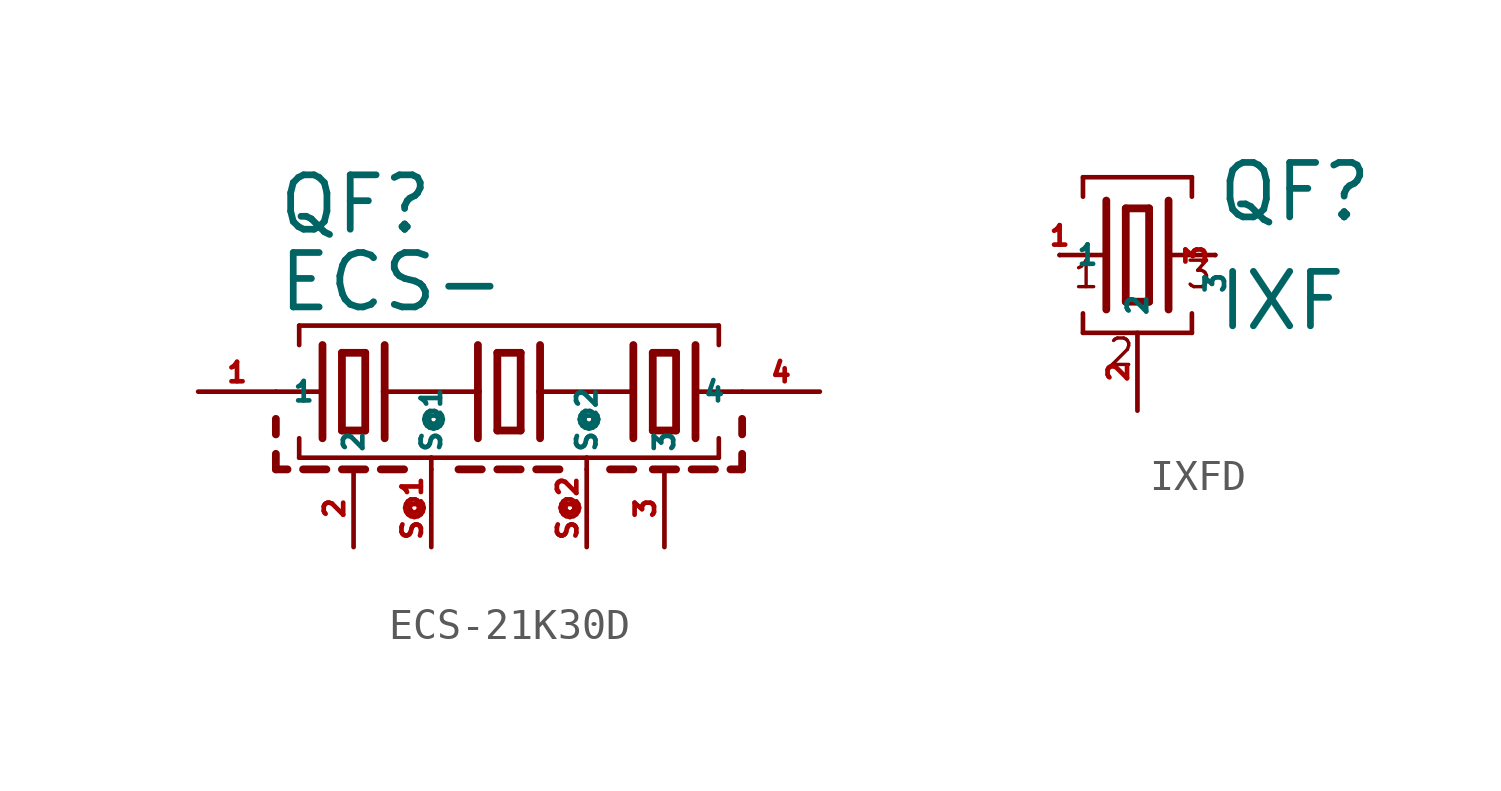
<source format=kicad_sym>
(kicad_symbol_lib
  (version 20220914)
  (generator Eagle2Kicad)
  (symbol "ECS-21K30D"
    (property "Reference" "QF"
      (at -7.62 5.08 0)
      (effects (font (size 1.778 1.778) (thickness 0.22)) (justify left bottom)))
    (property "Value" "ECS-"
      (at -7.62 2.54 0)
      (effects (font (size 1.778 1.778) (thickness 0.22)) (justify left bottom)))
    (polyline
      (pts (xy 6.096 0) (xy 7.62 0))
      (stroke (width 0.152) (type default))
      (fill (type none)))
    (polyline
      (pts (xy -7.62 0) (xy -6.096 0))
      (stroke (width 0.152) (type default))
      (fill (type none)))
    (polyline
      (pts (xy -0.381 1.27) (xy -0.381 -1.27))
      (stroke (width 0.254) (type default))
      (fill (type none)))
    (polyline
      (pts (xy -0.381 -1.27) (xy 0.381 -1.27))
      (stroke (width 0.254) (type default))
      (fill (type none)))
    (polyline
      (pts (xy 0.381 -1.27) (xy 0.381 1.27))
      (stroke (width 0.254) (type default))
      (fill (type none)))
    (polyline
      (pts (xy 0.381 1.27) (xy -0.381 1.27))
      (stroke (width 0.254) (type default))
      (fill (type none)))
    (polyline
      (pts (xy 6.096 1.524) (xy 6.096 -1.524))
      (stroke (width 0.254) (type default))
      (fill (type none)))
    (polyline
      (pts (xy -6.096 1.524) (xy -6.096 -1.524))
      (stroke (width 0.254) (type default))
      (fill (type none)))
    (polyline
      (pts (xy -6.858 1.524) (xy -6.858 2.159))
      (stroke (width 0.152) (type default))
      (fill (type none)))
    (polyline
      (pts (xy -6.858 2.159) (xy 6.858 2.159))
      (stroke (width 0.152) (type default))
      (fill (type none)))
    (polyline
      (pts (xy 6.858 2.159) (xy 6.858 1.524))
      (stroke (width 0.152) (type default))
      (fill (type none)))
    (polyline
      (pts (xy 6.858 -1.524) (xy 6.858 -2.159))
      (stroke (width 0.152) (type default))
      (fill (type none)))
    (polyline
      (pts (xy -6.858 -2.159) (xy -2.54 -2.159))
      (stroke (width 0.152) (type default))
      (fill (type none)))
    (polyline
      (pts (xy -2.54 -2.159) (xy 2.54 -2.159))
      (stroke (width 0.152) (type default))
      (fill (type none)))
    (polyline
      (pts (xy 2.54 -2.159) (xy 6.858 -2.159))
      (stroke (width 0.152) (type default))
      (fill (type none)))
    (polyline
      (pts (xy -6.858 -2.159) (xy -6.858 -1.524))
      (stroke (width 0.152) (type default))
      (fill (type none)))
    (polyline
      (pts (xy -1.016 1.524) (xy -1.016 0))
      (stroke (width 0.254) (type default))
      (fill (type none)))
    (polyline
      (pts (xy -1.016 0) (xy -1.016 -1.524))
      (stroke (width 0.254) (type default))
      (fill (type none)))
    (polyline
      (pts (xy 1.016 1.524) (xy 1.016 0))
      (stroke (width 0.254) (type default))
      (fill (type none)))
    (polyline
      (pts (xy 1.016 0) (xy 1.016 -1.524))
      (stroke (width 0.254) (type default))
      (fill (type none)))
    (polyline
      (pts (xy -4.699 1.27) (xy -5.461 1.27))
      (stroke (width 0.254) (type default))
      (fill (type none)))
    (polyline
      (pts (xy -5.461 -1.27) (xy -4.699 -1.27))
      (stroke (width 0.254) (type default))
      (fill (type none)))
    (polyline
      (pts (xy -5.461 1.27) (xy -5.461 -1.27))
      (stroke (width 0.254) (type default))
      (fill (type none)))
    (polyline
      (pts (xy -4.699 -1.27) (xy -4.699 1.27))
      (stroke (width 0.254) (type default))
      (fill (type none)))
    (polyline
      (pts (xy 5.461 -1.27) (xy 5.461 1.27))
      (stroke (width 0.254) (type default))
      (fill (type none)))
    (polyline
      (pts (xy 4.699 1.27) (xy 4.699 -1.27))
      (stroke (width 0.254) (type default))
      (fill (type none)))
    (polyline
      (pts (xy 5.461 1.27) (xy 4.699 1.27))
      (stroke (width 0.254) (type default))
      (fill (type none)))
    (polyline
      (pts (xy 4.699 -1.27) (xy 5.461 -1.27))
      (stroke (width 0.254) (type default))
      (fill (type none)))
    (polyline
      (pts (xy 4.064 1.524) (xy 4.064 -1.524))
      (stroke (width 0.254) (type default))
      (fill (type none)))
    (polyline
      (pts (xy -4.064 1.524) (xy -4.064 0))
      (stroke (width 0.254) (type default))
      (fill (type none)))
    (polyline
      (pts (xy -4.064 0) (xy -4.064 -1.524))
      (stroke (width 0.254) (type default))
      (fill (type none)))
    (polyline
      (pts (xy -4.064 0) (xy -1.016 0))
      (stroke (width 0.152) (type default))
      (fill (type none)))
    (polyline
      (pts (xy 1.016 0) (xy 4.064 0))
      (stroke (width 0.152) (type default))
      (fill (type none)))
    (polyline
      (pts (xy -7.62 -2.032) (xy -7.62 -2.54))
      (stroke (width 0.254) (type default))
      (fill (type none)))
    (polyline
      (pts (xy -7.62 -2.54) (xy -7.239 -2.54))
      (stroke (width 0.254) (type default))
      (fill (type none)))
    (polyline
      (pts (xy -5.461 -2.54) (xy -4.699 -2.54))
      (stroke (width 0.254) (type default))
      (fill (type none)))
    (polyline
      (pts (xy -6.731 -2.54) (xy -5.969 -2.54))
      (stroke (width 0.254) (type default))
      (fill (type none)))
    (polyline
      (pts (xy 4.699 -2.54) (xy 5.461 -2.54))
      (stroke (width 0.254) (type default))
      (fill (type none)))
    (polyline
      (pts (xy -4.191 -2.54) (xy -3.429 -2.54))
      (stroke (width 0.254) (type default))
      (fill (type none)))
    (polyline
      (pts (xy -1.651 -2.54) (xy -0.889 -2.54))
      (stroke (width 0.254) (type default))
      (fill (type none)))
    (polyline
      (pts (xy -0.381 -2.54) (xy 0.381 -2.54))
      (stroke (width 0.254) (type default))
      (fill (type none)))
    (polyline
      (pts (xy 0.889 -2.54) (xy 1.651 -2.54))
      (stroke (width 0.254) (type default))
      (fill (type none)))
    (polyline
      (pts (xy 3.302 -2.54) (xy 4.064 -2.54))
      (stroke (width 0.254) (type default))
      (fill (type none)))
    (polyline
      (pts (xy -2.54 -2.54) (xy -2.54 -2.159))
      (stroke (width 0.152) (type default))
      (fill (type none)))
    (polyline
      (pts (xy 2.54 -2.54) (xy 2.54 -2.159))
      (stroke (width 0.152) (type default))
      (fill (type none)))
    (polyline
      (pts (xy 7.62 -2.54) (xy 7.239 -2.54))
      (stroke (width 0.254) (type default))
      (fill (type none)))
    (polyline
      (pts (xy 6.731 -2.54) (xy 5.969 -2.54))
      (stroke (width 0.254) (type default))
      (fill (type none)))
    (polyline
      (pts (xy 7.62 -2.032) (xy 7.62 -2.54))
      (stroke (width 0.254) (type default))
      (fill (type none)))
    (polyline
      (pts (xy -7.62 -0.889) (xy -7.62 -1.397))
      (stroke (width 0.254) (type default))
      (fill (type none)))
    (polyline
      (pts (xy 7.62 -0.889) (xy 7.62 -1.397))
      (stroke (width 0.254) (type default))
      (fill (type none)))
    (pin passive line
      (at 10.16 0 180)
      (length 2.54)
      (name "4" (effects (font (size 0.635 0.635) (thickness 0.08)) (justify left bottom)))
      (number "4" (effects (font (size 0.635 0.635) (thickness 0.08)) (justify left bottom))))
    (pin passive line
      (at -10.16 0 0)
      (length 2.54)
      (name "1" (effects (font (size 0.635 0.635) (thickness 0.08)) (justify left bottom)))
      (number "1" (effects (font (size 0.635 0.635) (thickness 0.08)) (justify left bottom))))
    (pin passive line
      (at -5.08 -5.08 90)
      (length 2.54)
      (name "2" (effects (font (size 0.635 0.635) (thickness 0.08)) (justify left bottom)))
      (number "2" (effects (font (size 0.635 0.635) (thickness 0.08)) (justify left bottom))))
    (pin passive line
      (at 5.08 -5.08 90)
      (length 2.54)
      (name "3" (effects (font (size 0.635 0.635) (thickness 0.08)) (justify left bottom)))
      (number "3" (effects (font (size 0.635 0.635) (thickness 0.08)) (justify left bottom))))
    (pin passive line
      (at -2.54 -5.08 90)
      (length 2.54)
      (name "S@1" (effects (font (size 0.635 0.635) (thickness 0.08)) (justify left bottom)))
      (number "S@1" (effects (font (size 0.635 0.635) (thickness 0.08)) (justify left bottom))))
    (pin passive line
      (at 2.54 -5.08 90)
      (length 2.54)
      (name "S@2" (effects (font (size 0.635 0.635) (thickness 0.08)) (justify left bottom)))
      (number "S@2" (effects (font (size 0.635 0.635) (thickness 0.08)) (justify left bottom)))))
  (symbol "IXFD"
    (property "Reference" "QF"
      (at 2.54 1.016 0)
      (effects (font (size 1.778 1.778) (thickness 0.22)) (justify left bottom)))
    (property "Value" "IXF"
      (at 2.54 -2.54 0)
      (effects (font (size 1.778 1.778) (thickness 0.22)) (justify left bottom)))
    (polyline
      (pts (xy 1.016 0) (xy 2.54 0))
      (stroke (width 0.152) (type default))
      (fill (type none)))
    (polyline
      (pts (xy -2.54 0) (xy -1.016 0))
      (stroke (width 0.152) (type default))
      (fill (type none)))
    (polyline
      (pts (xy -0.381 1.524) (xy -0.381 -1.524))
      (stroke (width 0.254) (type default))
      (fill (type none)))
    (polyline
      (pts (xy -0.381 -1.524) (xy 0.381 -1.524))
      (stroke (width 0.254) (type default))
      (fill (type none)))
    (polyline
      (pts (xy 0.381 -1.524) (xy 0.381 1.524))
      (stroke (width 0.254) (type default))
      (fill (type none)))
    (polyline
      (pts (xy 0.381 1.524) (xy -0.381 1.524))
      (stroke (width 0.254) (type default))
      (fill (type none)))
    (polyline
      (pts (xy 1.016 1.778) (xy 1.016 -1.778))
      (stroke (width 0.254) (type default))
      (fill (type none)))
    (polyline
      (pts (xy -1.016 1.778) (xy -1.016 -1.778))
      (stroke (width 0.254) (type default))
      (fill (type none)))
    (polyline
      (pts (xy -1.778 1.905) (xy -1.778 2.54))
      (stroke (width 0.152) (type default))
      (fill (type none)))
    (polyline
      (pts (xy -1.778 2.54) (xy 1.778 2.54))
      (stroke (width 0.152) (type default))
      (fill (type none)))
    (polyline
      (pts (xy 1.778 2.54) (xy 1.778 1.905))
      (stroke (width 0.152) (type default))
      (fill (type none)))
    (polyline
      (pts (xy 1.778 -1.905) (xy 1.778 -2.54))
      (stroke (width 0.152) (type default))
      (fill (type none)))
    (polyline
      (pts (xy -1.778 -2.54) (xy 1.778 -2.54))
      (stroke (width 0.152) (type default))
      (fill (type none)))
    (polyline
      (pts (xy -1.778 -2.54) (xy -1.778 -1.905))
      (stroke (width 0.152) (type default))
      (fill (type none)))
    (text "1"
      (at -2.159 -1.143 0)
      (effects (font (size 0.864 0.864) (thickness 0.11)) (justify left bottom)))
    (text "2"
      (at -1.016 -3.683 0)
      (effects (font (size 0.864 0.864) (thickness 0.11)) (justify left bottom)))
    (text "3"
      (at 1.524 -1.143 0)
      (effects (font (size 0.864 0.864) (thickness 0.11)) (justify left bottom)))
    (pin passive line
      (at 2.54 0 270)
      (length 0)
      (name "3" (effects (font (size 0.635 0.635) (thickness 0.08)) (justify left bottom)))
      (number "3" (effects (font (size 0.635 0.635) (thickness 0.08)) (justify left bottom))))
    (pin passive line
      (at -2.54 0 0)
      (length 0)
      (name "1" (effects (font (size 0.635 0.635) (thickness 0.08)) (justify left bottom)))
      (number "1" (effects (font (size 0.635 0.635) (thickness 0.08)) (justify left bottom))))
    (pin passive line
      (at 0 -5.08 90)
      (length 2.54)
      (name "2" (effects (font (size 0.635 0.635) (thickness 0.08)) (justify left bottom)))
      (number "2" (effects (font (size 0.635 0.635) (thickness 0.08)) (justify left bottom))))))
</source>
